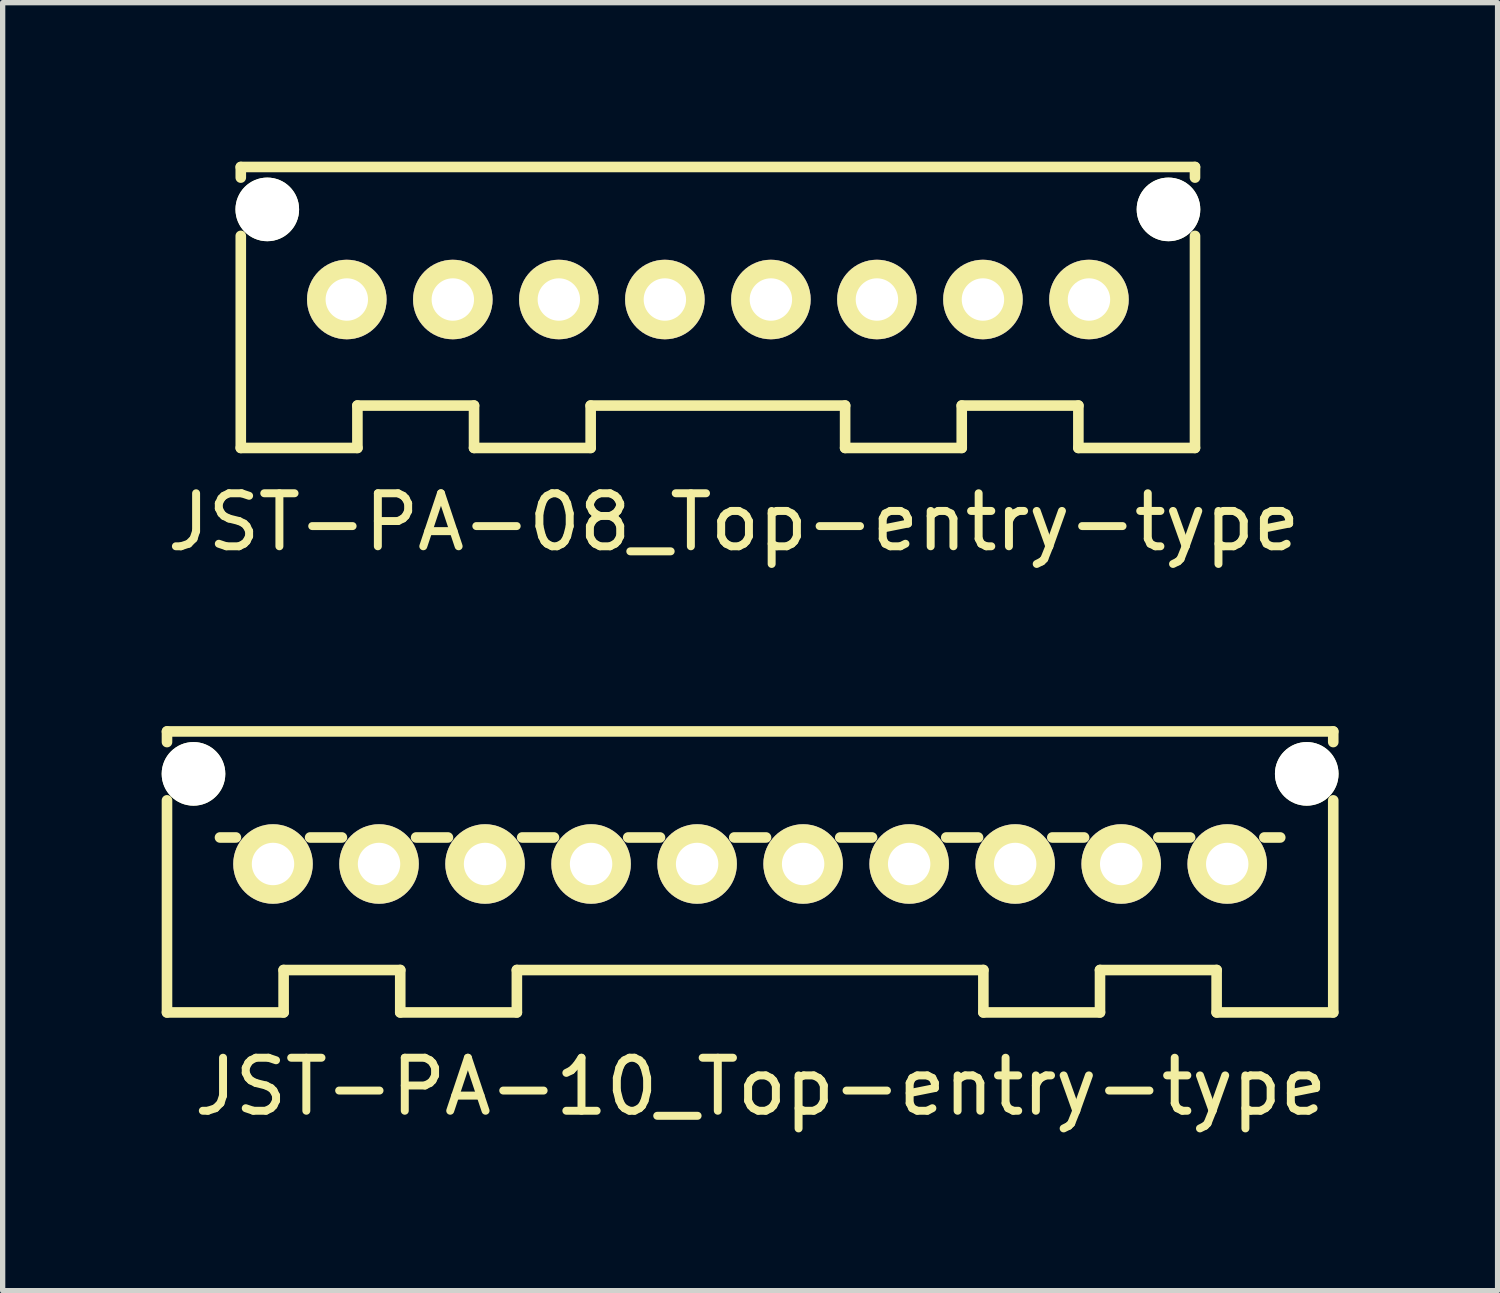
<source format=kicad_pcb>
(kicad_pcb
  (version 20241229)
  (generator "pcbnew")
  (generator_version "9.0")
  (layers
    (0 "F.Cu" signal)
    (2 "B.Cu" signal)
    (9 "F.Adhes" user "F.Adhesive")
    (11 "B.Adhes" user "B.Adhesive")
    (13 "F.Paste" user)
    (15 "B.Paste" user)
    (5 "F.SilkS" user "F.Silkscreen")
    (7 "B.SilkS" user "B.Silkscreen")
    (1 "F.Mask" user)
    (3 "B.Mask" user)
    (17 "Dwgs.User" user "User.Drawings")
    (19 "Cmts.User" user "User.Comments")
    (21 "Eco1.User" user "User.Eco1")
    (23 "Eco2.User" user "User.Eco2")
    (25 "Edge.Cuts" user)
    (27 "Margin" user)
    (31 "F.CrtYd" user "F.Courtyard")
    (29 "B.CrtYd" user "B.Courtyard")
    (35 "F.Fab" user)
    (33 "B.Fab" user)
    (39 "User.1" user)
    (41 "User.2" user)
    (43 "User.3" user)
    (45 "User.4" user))
  (footprint "JST-PA-08_Top-entry-type"
    (layer "F.Cu")
    (at 10.492 2.6)
    (property "Reference" "JST-PA-08_Top-entry-type" (at 0.3 4.2 0) (layer "F.SilkS") (effects (font (size 1 1) (thickness 0.15))))
    (attr through_hole)
    (fp_line (start -9 -2.5) (end -9 -2.3) (stroke (width 0.2) (type solid)) (layer "F.SilkS"))
    (fp_line (start -9 -2.5) (end 9 -2.5) (stroke (width 0.2) (type solid)) (layer "F.SilkS"))
    (fp_line (start -9 -1.2) (end -9 2.8) (stroke (width 0.2) (type solid)) (layer "F.SilkS"))
    (fp_line (start -6.8 2) (end -6.8 2.8) (stroke (width 0.2) (type solid)) (layer "F.SilkS"))
    (fp_line (start -6.8 2.8) (end -9 2.8) (stroke (width 0.2) (type solid)) (layer "F.SilkS"))
    (fp_line (start -4.6 2) (end -6.8 2) (stroke (width 0.2) (type solid)) (layer "F.SilkS"))
    (fp_line (start -4.6 2.8) (end -4.6 2) (stroke (width 0.2) (type solid)) (layer "F.SilkS"))
    (fp_line (start -2.4 2) (end 2.4 2) (stroke (width 0.2) (type solid)) (layer "F.SilkS"))
    (fp_line (start -2.4 2.8) (end -4.6 2.8) (stroke (width 0.2) (type solid)) (layer "F.SilkS"))
    (fp_line (start -2.4 2.8) (end -2.4 2) (stroke (width 0.2) (type solid)) (layer "F.SilkS"))
    (fp_line (start 2.4 2.8) (end 2.4 2) (stroke (width 0.2) (type solid)) (layer "F.SilkS"))
    (fp_line (start 4.6 2) (end 4.6 2.8) (stroke (width 0.2) (type solid)) (layer "F.SilkS"))
    (fp_line (start 4.6 2.8) (end 2.4 2.8) (stroke (width 0.2) (type solid)) (layer "F.SilkS"))
    (fp_line (start 6.8 2) (end 4.6 2) (stroke (width 0.2) (type solid)) (layer "F.SilkS"))
    (fp_line (start 6.8 2.8) (end 6.8 2) (stroke (width 0.2) (type solid)) (layer "F.SilkS"))
    (fp_line (start 9 -2.5) (end 9 -2.3) (stroke (width 0.2) (type solid)) (layer "F.SilkS"))
    (fp_line (start 9 2.8) (end 6.8 2.8) (stroke (width 0.2) (type solid)) (layer "F.SilkS"))
    (fp_line (start 9 2.8) (end 9 -1.2) (stroke (width 0.2) (type solid)) (layer "F.SilkS"))
    (pad "" np_thru_hole circle (at -8.5 -1.7) (size 1.2 1.2) (drill 1.2) (layers "*.Cu" "*.Mask" "F.SilkS"))
    (pad "" np_thru_hole circle (at 8.5 -1.7) (size 1.2 1.2) (drill 1.2) (layers "*.Cu" "*.Mask" "F.SilkS"))
    (pad "1" thru_hole circle (at -7 0) (size 1.5 1.5) (drill 0.8) (layers "*.Cu" "*.Mask" "F.SilkS"))
    (pad "2" thru_hole circle (at -5 0) (size 1.5 1.5) (drill 0.8) (layers "*.Cu" "*.Mask" "F.SilkS"))
    (pad "3" thru_hole circle (at -3 0) (size 1.5 1.5) (drill 0.8) (layers "*.Cu" "*.Mask" "F.SilkS"))
    (pad "4" thru_hole circle (at -1 0) (size 1.5 1.5) (drill 0.8) (layers "*.Cu" "*.Mask" "F.SilkS"))
    (pad "5" thru_hole circle (at 1 0) (size 1.5 1.5) (drill 0.8) (layers "*.Cu" "*.Mask" "F.SilkS"))
    (pad "6" thru_hole circle (at 3 0) (size 1.5 1.5) (drill 0.8) (layers "*.Cu" "*.Mask" "F.SilkS"))
    (pad "7" thru_hole circle (at 5 0) (size 1.5 1.5) (drill 0.8) (layers "*.Cu" "*.Mask" "F.SilkS"))
    (pad "8" thru_hole circle (at 7 0) (size 1.5 1.5) (drill 0.8) (layers "*.Cu" "*.Mask" "F.SilkS")))
  (footprint "JST-PA-10_Top-entry-type"
    (layer "F.Cu")
    (at 10.1 13.248)
    (property "Reference" "JST-PA-10_Top-entry-type" (at 1.2 4.2 0) (layer "F.SilkS") (effects (font (size 1 1) (thickness 0.15))))
    (attr through_hole)
    (fp_line (start -10 -2.5) (end -10 -2.3) (stroke (width 0.2) (type solid)) (layer "F.SilkS"))
    (fp_line (start -10 -1.2) (end -10 2.8) (stroke (width 0.2) (type solid)) (layer "F.SilkS"))
    (fp_line (start -9 -0.5) (end -8.7 -0.5) (stroke (width 0.2) (type solid)) (layer "F.SilkS"))
    (fp_line (start -7.8 2) (end -7.8 2.8) (stroke (width 0.2) (type solid)) (layer "F.SilkS"))
    (fp_line (start -7.8 2.8) (end -10 2.8) (stroke (width 0.2) (type solid)) (layer "F.SilkS"))
    (fp_line (start -6.7 -0.5) (end -7.3 -0.5) (stroke (width 0.2) (type solid)) (layer "F.SilkS"))
    (fp_line (start -5.6 2) (end -7.8 2) (stroke (width 0.2) (type solid)) (layer "F.SilkS"))
    (fp_line (start -5.6 2.8) (end -5.6 2) (stroke (width 0.2) (type solid)) (layer "F.SilkS"))
    (fp_line (start -4.7 -0.5) (end -5.3 -0.5) (stroke (width 0.2) (type solid)) (layer "F.SilkS"))
    (fp_line (start -3.4 2) (end 5.4 2) (stroke (width 0.2) (type solid)) (layer "F.SilkS"))
    (fp_line (start -3.4 2.8) (end -5.6 2.8) (stroke (width 0.2) (type solid)) (layer "F.SilkS"))
    (fp_line (start -3.4 2.8) (end -3.4 2) (stroke (width 0.2) (type solid)) (layer "F.SilkS"))
    (fp_line (start -2.7 -0.5) (end -3.3 -0.5) (stroke (width 0.2) (type solid)) (layer "F.SilkS"))
    (fp_line (start -0.7 -0.5) (end -1.3 -0.5) (stroke (width 0.2) (type solid)) (layer "F.SilkS"))
    (fp_line (start 1.3 -0.5) (end 0.7 -0.5) (stroke (width 0.2) (type solid)) (layer "F.SilkS"))
    (fp_line (start 3.3 -0.5) (end 2.7 -0.5) (stroke (width 0.2) (type solid)) (layer "F.SilkS"))
    (fp_line (start 5.3 -0.5) (end 4.7 -0.5) (stroke (width 0.2) (type solid)) (layer "F.SilkS"))
    (fp_line (start 5.4 2.8) (end 5.4 2) (stroke (width 0.2) (type solid)) (layer "F.SilkS"))
    (fp_line (start 7.3 -0.5) (end 6.7 -0.5) (stroke (width 0.2) (type solid)) (layer "F.SilkS"))
    (fp_line (start 7.6 2) (end 7.6 2.8) (stroke (width 0.2) (type solid)) (layer "F.SilkS"))
    (fp_line (start 7.6 2.8) (end 5.4 2.8) (stroke (width 0.2) (type solid)) (layer "F.SilkS"))
    (fp_line (start 9.3 -0.5) (end 8.7 -0.5) (stroke (width 0.2) (type solid)) (layer "F.SilkS"))
    (fp_line (start 9.8 2) (end 7.6 2) (stroke (width 0.2) (type solid)) (layer "F.SilkS"))
    (fp_line (start 9.8 2.8) (end 9.8 2) (stroke (width 0.2) (type solid)) (layer "F.SilkS"))
    (fp_line (start 11 -0.5) (end 10.7 -0.5) (stroke (width 0.2) (type solid)) (layer "F.SilkS"))
    (fp_line (start 12 -2.5) (end -10 -2.5) (stroke (width 0.2) (type solid)) (layer "F.SilkS"))
    (fp_line (start 12 -2.5) (end 12 -2.3) (stroke (width 0.2) (type solid)) (layer "F.SilkS"))
    (fp_line (start 12 2.8) (end 9.8 2.8) (stroke (width 0.2) (type solid)) (layer "F.SilkS"))
    (fp_line (start 12 2.8) (end 12 -1.2) (stroke (width 0.2) (type solid)) (layer "F.SilkS"))
    (pad "" np_thru_hole circle (at -9.5 -1.7) (size 1.2 1.2) (drill 1.2) (layers "*.Cu" "*.Mask" "F.SilkS"))
    (pad "" np_thru_hole circle (at 11.5 -1.7) (size 1.2 1.2) (drill 1.2) (layers "*.Cu" "*.Mask" "F.SilkS"))
    (pad "1" thru_hole circle (at -8 0) (size 1.5 1.5) (drill 0.8) (layers "*.Cu" "*.Mask" "F.SilkS"))
    (pad "2" thru_hole circle (at -6 0) (size 1.5 1.5) (drill 0.8) (layers "*.Cu" "*.Mask" "F.SilkS"))
    (pad "3" thru_hole circle (at -4 0) (size 1.5 1.5) (drill 0.8) (layers "*.Cu" "*.Mask" "F.SilkS"))
    (pad "4" thru_hole circle (at -2 0) (size 1.5 1.5) (drill 0.8) (layers "*.Cu" "*.Mask" "F.SilkS"))
    (pad "5" thru_hole circle (at 0 0) (size 1.5 1.5) (drill 0.8) (layers "*.Cu" "*.Mask" "F.SilkS"))
    (pad "6" thru_hole circle (at 2 0) (size 1.5 1.5) (drill 0.8) (layers "*.Cu" "*.Mask" "F.SilkS"))
    (pad "7" thru_hole circle (at 4 0) (size 1.5 1.5) (drill 0.8) (layers "*.Cu" "*.Mask" "F.SilkS"))
    (pad "8" thru_hole circle (at 6 0) (size 1.5 1.5) (drill 0.8) (layers "*.Cu" "*.Mask" "F.SilkS"))
    (pad "9" thru_hole circle (at 8 0) (size 1.5 1.5) (drill 0.8) (layers "*.Cu" "*.Mask" "F.SilkS"))
    (pad "10" thru_hole circle (at 10 0) (size 1.5 1.5) (drill 0.8) (layers "*.Cu" "*.Mask" "F.SilkS")))
  (gr_rect
    (start -3 -3)
    (end 25.2 21.297)
    (stroke (width 0.1) (type default))
    (fill no)
    (layer "Edge.Cuts")))
</source>
